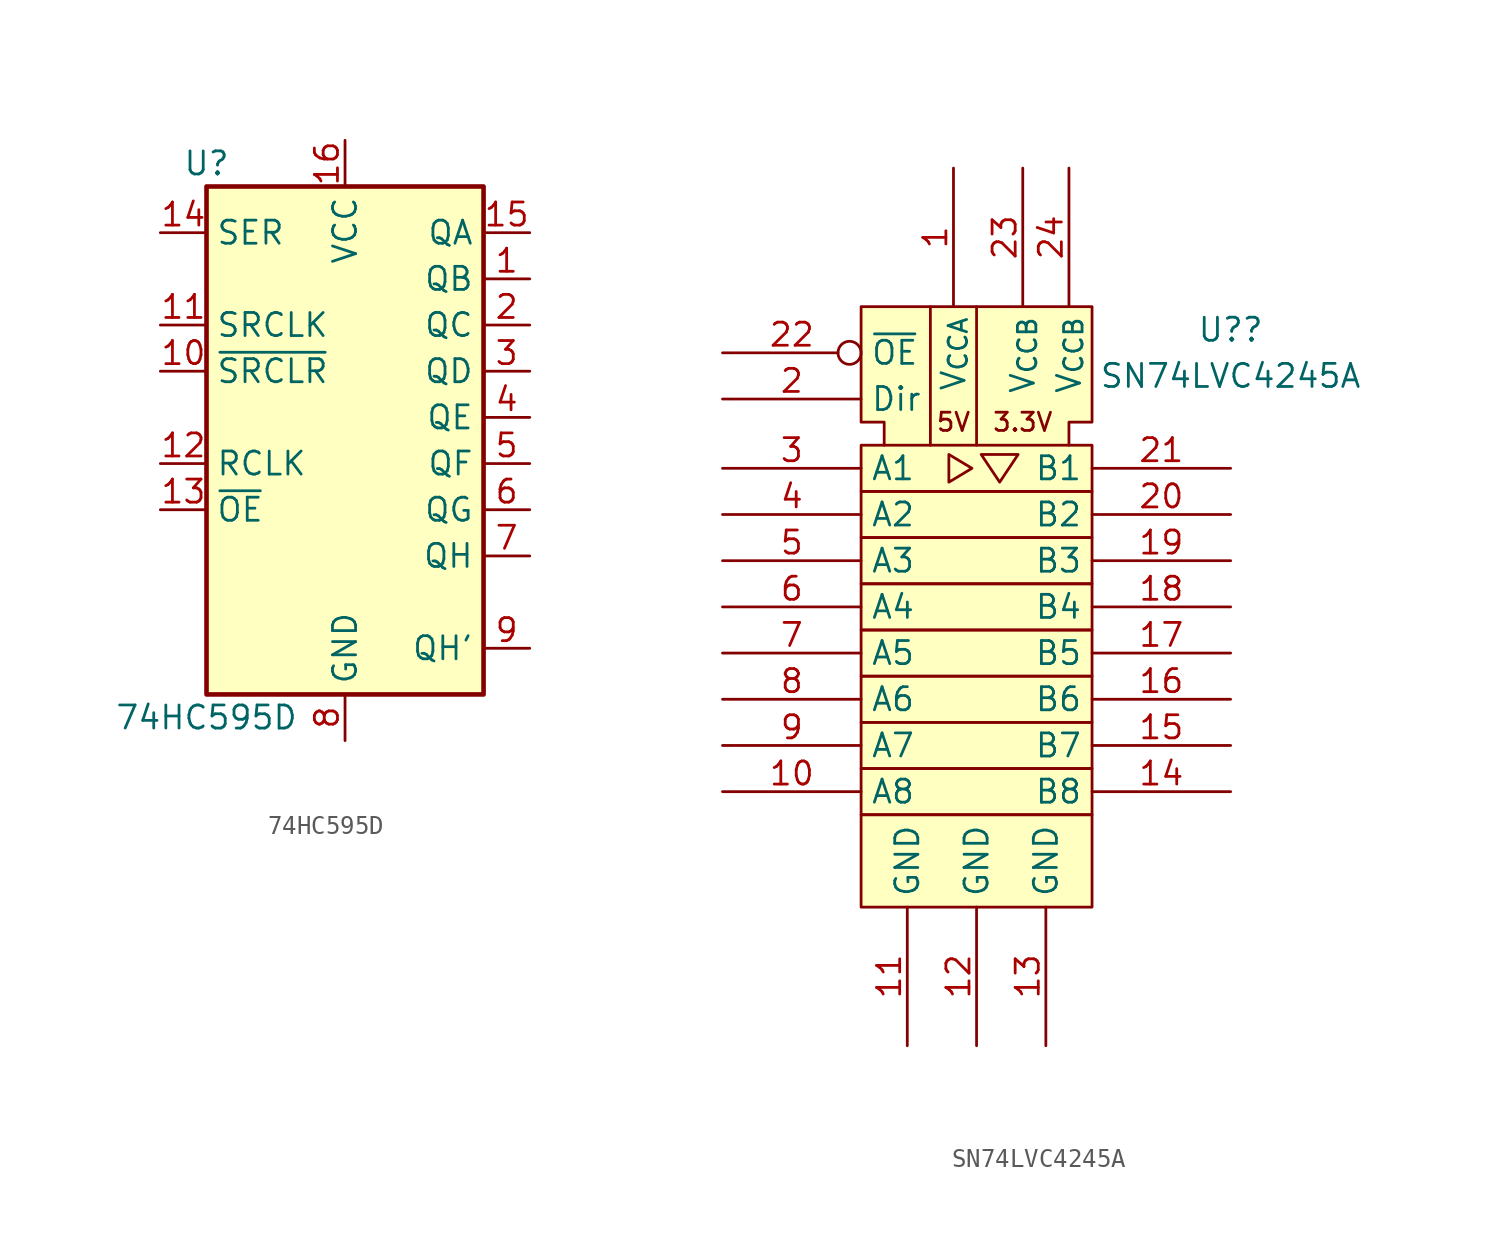
<source format=kicad_sym>
(kicad_symbol_lib
  (version 20211014)
  (generator kicad_symbol_editor)
  (symbol "74HC595D"
    (property "Reference" "U"
      (at -7.62 13.97 0)
      (effects (font (size 1.27 1.27))))
    (property "Value" "74HC595D"
      (at -7.62 -16.51 0)
      (effects (font (size 1.27 1.27))))
    (symbol "74HC595D_1_0"
      (pin tri_state line (at 10.16 7.62 180) (length 2.54) (name "QB" (effects (font (size 1.27 1.27)))) (number "1" (effects (font (size 1.27 1.27)))))
      (pin input line (at -10.16 2.54 0) (length 2.54) (name "~{SRCLR}" (effects (font (size 1.27 1.27)))) (number "10" (effects (font (size 1.27 1.27)))))
      (pin input line (at -10.16 5.08 0) (length 2.54) (name "SRCLK" (effects (font (size 1.27 1.27)))) (number "11" (effects (font (size 1.27 1.27)))))
      (pin input line (at -10.16 -2.54 0) (length 2.54) (name "RCLK" (effects (font (size 1.27 1.27)))) (number "12" (effects (font (size 1.27 1.27)))))
      (pin input line (at -10.16 -5.08 0) (length 2.54) (name "~{OE}" (effects (font (size 1.27 1.27)))) (number "13" (effects (font (size 1.27 1.27)))))
      (pin input line (at -10.16 10.16 0) (length 2.54) (name "SER" (effects (font (size 1.27 1.27)))) (number "14" (effects (font (size 1.27 1.27)))))
      (pin tri_state line (at 10.16 10.16 180) (length 2.54) (name "QA" (effects (font (size 1.27 1.27)))) (number "15" (effects (font (size 1.27 1.27)))))
      (pin power_in line (at 0 15.24 270) (length 2.54) (name "VCC" (effects (font (size 1.27 1.27)))) (number "16" (effects (font (size 1.27 1.27)))))
      (pin tri_state line (at 10.16 5.08 180) (length 2.54) (name "QC" (effects (font (size 1.27 1.27)))) (number "2" (effects (font (size 1.27 1.27)))))
      (pin tri_state line (at 10.16 2.54 180) (length 2.54) (name "QD" (effects (font (size 1.27 1.27)))) (number "3" (effects (font (size 1.27 1.27)))))
      (pin tri_state line (at 10.16 0 180) (length 2.54) (name "QE" (effects (font (size 1.27 1.27)))) (number "4" (effects (font (size 1.27 1.27)))))
      (pin tri_state line (at 10.16 -2.54 180) (length 2.54) (name "QF" (effects (font (size 1.27 1.27)))) (number "5" (effects (font (size 1.27 1.27)))))
      (pin tri_state line (at 10.16 -5.08 180) (length 2.54) (name "QG" (effects (font (size 1.27 1.27)))) (number "6" (effects (font (size 1.27 1.27)))))
      (pin tri_state line (at 10.16 -7.62 180) (length 2.54) (name "QH" (effects (font (size 1.27 1.27)))) (number "7" (effects (font (size 1.27 1.27)))))
      (pin power_in line (at 0 -17.78 90) (length 2.54) (name "GND" (effects (font (size 1.27 1.27)))) (number "8" (effects (font (size 1.27 1.27)))))
      (pin output line (at 10.16 -12.7 180) (length 2.54) (name "QH'" (effects (font (size 1.27 1.27)))) (number "9" (effects (font (size 1.27 1.27))))))
    (symbol "74HC595D_1_1"
      (rectangle (start -7.62 12.7) (end 7.62 -15.24) (stroke (width 0.254) (type default) (color 0 0 0 0)) (fill (type background)))))
  (symbol "SN74LVC4245A"
    (property "Reference" "U?"
      (at 13.97 13.97 0)
      (effects (font (size 1.27 1.27))))
    (property "Value" "SN74LVC4245A"
      (at 13.97 11.43 0)
      (effects (font (size 1.27 1.27))))
    (symbol "SN74LVC4245A_0_0"
      (polyline (pts (xy -2.54 7.62) (xy -2.54 15.24)) (stroke (width 0) (type default) (color 0 0 0 0)) (fill (type none)))
      (polyline (pts (xy 0 7.62) (xy 0 15.24)) (stroke (width 0) (type default) (color 0 0 0 0)) (fill (type none)))
      (polyline (pts (xy -1.524 7.112) (xy -1.524 5.588) (xy -0.254 6.35) (xy -1.524 7.112) (xy -1.524 7.112)) (stroke (width 0) (type default) (color 0 0 0 0)) (fill (type none)))
      (polyline (pts (xy 0.762 7.112) (xy 2.286 7.112) (xy 1.27 5.588) (xy 0.254 7.112) (xy 0.762 7.112) (xy 0.762 7.112)) (stroke (width 0) (type default) (color 0 0 0 0)) (fill (type none)))
      (text "3.3V" (at 2.54 8.89 0) (effects (font (size 1 1))))
      (text "5V" (at -1.27 8.89 0) (effects (font (size 1 1)))))
    (symbol "SN74LVC4245A_0_1"
      (rectangle (start -6.35 -12.7) (end 6.35 -17.78) (stroke (width 0) (type default) (color 0 0 0 0)) (fill (type background)))
      (rectangle (start -6.35 -10.16) (end 6.35 -12.7) (stroke (width 0) (type default) (color 0 0 0 0)) (fill (type background)))
      (rectangle (start -6.35 -7.62) (end 6.35 -10.16) (stroke (width 0) (type default) (color 0 0 0 0)) (fill (type background)))
      (rectangle (start -6.35 -5.08) (end 6.35 -7.62) (stroke (width 0) (type default) (color 0 0 0 0)) (fill (type background)))
      (rectangle (start -6.35 -2.54) (end 6.35 -5.08) (stroke (width 0) (type default) (color 0 0 0 0)) (fill (type background)))
      (rectangle (start -6.35 0) (end 6.35 -2.54) (stroke (width 0) (type default) (color 0 0 0 0)) (fill (type background)))
      (rectangle (start -6.35 2.54) (end 6.35 0) (stroke (width 0) (type default) (color 0 0 0 0)) (fill (type background)))
      (rectangle (start -6.35 5.08) (end 6.35 2.54) (stroke (width 0) (type default) (color 0 0 0 0)) (fill (type background)))
      (rectangle (start -6.35 7.62) (end 6.35 5.08) (stroke (width 0) (type default) (color 0 0 0 0)) (fill (type background)))
      (polyline (pts (xy -5.08 7.62) (xy -5.08 8.89) (xy -6.35 8.89) (xy -6.35 15.24) (xy 6.35 15.24) (xy 6.35 8.89) (xy 5.08 8.89) (xy 5.08 7.62) (xy 5.08 7.62)) (stroke (width 0) (type default) (color 0 0 0 0)) (fill (type background))))
    (symbol "SN74LVC4245A_1_0"
      (pin power_in line (at -1.27 22.86 270) (length 7.62) (name "V_{CCA}" (effects (font (size 1.27 1.27)))) (number "1" (effects (font (size 1.27 1.27)))))
      (pin bidirectional line (at -13.97 -11.43 0) (length 7.62) (name "A8" (effects (font (size 1.27 1.27)))) (number "10" (effects (font (size 1.27 1.27)))))
      (pin power_out line (at -3.81 -25.4 90) (length 7.62) (name "GND" (effects (font (size 1.27 1.27)))) (number "11" (effects (font (size 1.27 1.27)))))
      (pin power_out line (at 0 -25.4 90) (length 7.62) (name "GND" (effects (font (size 1.27 1.27)))) (number "12" (effects (font (size 1.27 1.27)))))
      (pin power_out line (at 3.81 -25.4 90) (length 7.62) (name "GND" (effects (font (size 1.27 1.27)))) (number "13" (effects (font (size 1.27 1.27)))))
      (pin bidirectional line (at 13.97 -11.43 180) (length 7.62) (name "B8" (effects (font (size 1.27 1.27)))) (number "14" (effects (font (size 1.27 1.27)))))
      (pin bidirectional line (at 13.97 -8.89 180) (length 7.62) (name "B7" (effects (font (size 1.27 1.27)))) (number "15" (effects (font (size 1.27 1.27)))))
      (pin bidirectional line (at 13.97 -6.35 180) (length 7.62) (name "B6" (effects (font (size 1.27 1.27)))) (number "16" (effects (font (size 1.27 1.27)))))
      (pin bidirectional line (at 13.97 -3.81 180) (length 7.62) (name "B5" (effects (font (size 1.27 1.27)))) (number "17" (effects (font (size 1.27 1.27)))))
      (pin bidirectional line (at 13.97 -1.27 180) (length 7.62) (name "B4" (effects (font (size 1.27 1.27)))) (number "18" (effects (font (size 1.27 1.27)))))
      (pin bidirectional line (at 13.97 1.27 180) (length 7.62) (name "B3" (effects (font (size 1.27 1.27)))) (number "19" (effects (font (size 1.27 1.27)))))
      (pin input line (at -13.97 10.16 0) (length 7.62) (name "Dir" (effects (font (size 1.27 1.27)))) (number "2" (effects (font (size 1.27 1.27)))))
      (pin bidirectional line (at 13.97 3.81 180) (length 7.62) (name "B2" (effects (font (size 1.27 1.27)))) (number "20" (effects (font (size 1.27 1.27)))))
      (pin bidirectional line (at 13.97 6.35 180) (length 7.62) (name "B1" (effects (font (size 1.27 1.27)))) (number "21" (effects (font (size 1.27 1.27)))))
      (pin input inverted (at -13.97 12.7 0) (length 7.62) (name "~{OE}" (effects (font (size 1.27 1.27)))) (number "22" (effects (font (size 1.27 1.27)))))
      (pin power_in line (at 2.54 22.86 270) (length 7.62) (name "V_{CCB}" (effects (font (size 1.27 1.27)))) (number "23" (effects (font (size 1.27 1.27)))))
      (pin power_in line (at 5.08 22.86 270) (length 7.62) (name "V_{CCB}" (effects (font (size 1.27 1.27)))) (number "24" (effects (font (size 1.27 1.27)))))
      (pin bidirectional line (at -13.97 6.35 0) (length 7.62) (name "A1" (effects (font (size 1.27 1.27)))) (number "3" (effects (font (size 1.27 1.27)))))
      (pin bidirectional line (at -13.97 3.81 0) (length 7.62) (name "A2" (effects (font (size 1.27 1.27)))) (number "4" (effects (font (size 1.27 1.27)))))
      (pin bidirectional line (at -13.97 1.27 0) (length 7.62) (name "A3" (effects (font (size 1.27 1.27)))) (number "5" (effects (font (size 1.27 1.27)))))
      (pin bidirectional line (at -13.97 -1.27 0) (length 7.62) (name "A4" (effects (font (size 1.27 1.27)))) (number "6" (effects (font (size 1.27 1.27)))))
      (pin bidirectional line (at -13.97 -3.81 0) (length 7.62) (name "A5" (effects (font (size 1.27 1.27)))) (number "7" (effects (font (size 1.27 1.27)))))
      (pin bidirectional line (at -13.97 -6.35 0) (length 7.62) (name "A6" (effects (font (size 1.27 1.27)))) (number "8" (effects (font (size 1.27 1.27)))))
      (pin bidirectional line (at -13.97 -8.89 0) (length 7.62) (name "A7" (effects (font (size 1.27 1.27)))) (number "9" (effects (font (size 1.27 1.27))))))))
</source>
